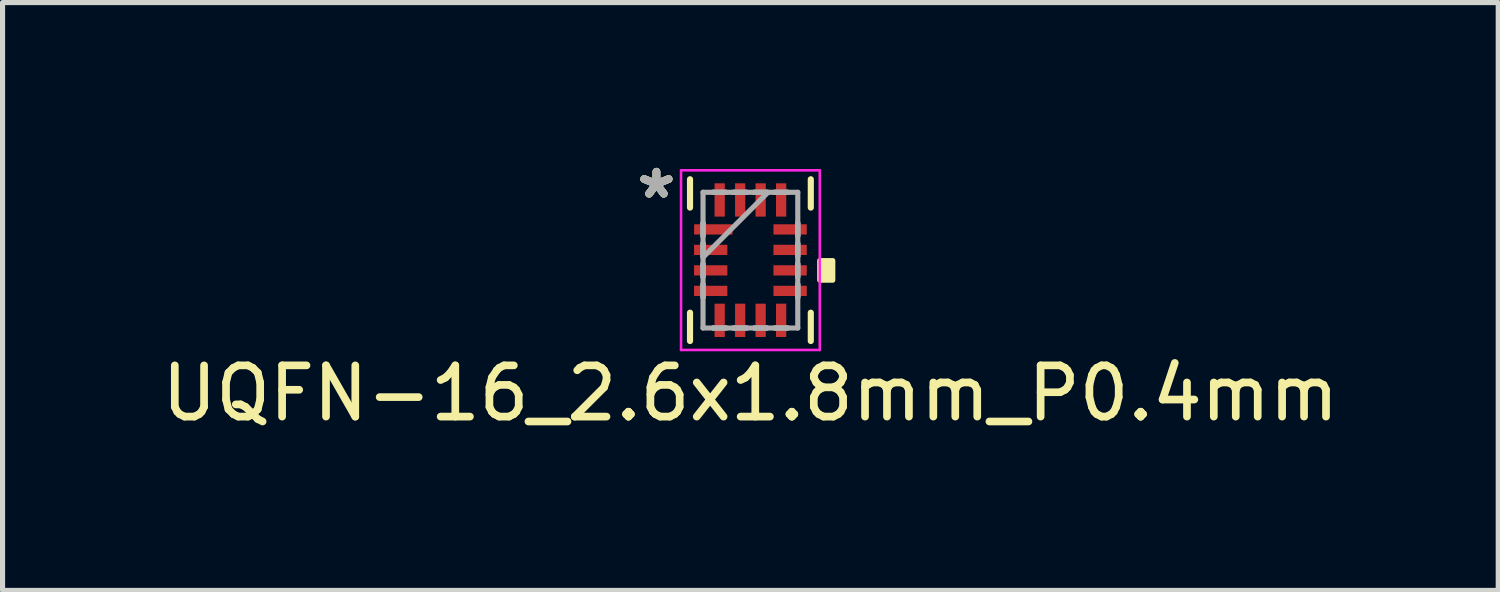
<source format=kicad_pcb>
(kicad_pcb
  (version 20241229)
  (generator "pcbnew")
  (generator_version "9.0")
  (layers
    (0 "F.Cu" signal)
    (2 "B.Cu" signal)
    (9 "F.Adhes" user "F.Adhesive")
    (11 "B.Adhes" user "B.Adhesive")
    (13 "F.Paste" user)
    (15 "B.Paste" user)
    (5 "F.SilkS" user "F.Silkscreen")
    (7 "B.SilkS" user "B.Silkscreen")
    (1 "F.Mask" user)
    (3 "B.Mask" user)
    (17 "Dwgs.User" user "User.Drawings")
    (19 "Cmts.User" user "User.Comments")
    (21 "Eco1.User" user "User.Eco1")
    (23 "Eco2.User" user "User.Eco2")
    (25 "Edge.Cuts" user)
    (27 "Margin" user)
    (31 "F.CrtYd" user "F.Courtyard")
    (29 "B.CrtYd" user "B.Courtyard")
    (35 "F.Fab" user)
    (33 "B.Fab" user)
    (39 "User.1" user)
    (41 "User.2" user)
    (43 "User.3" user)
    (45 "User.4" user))
  (footprint "UQFN-16_2.6x1.8mm_P0.4mm"
    (layer "F.Cu")
    (at 11.601 2.029)
    (property "Reference" "UQFN-16_2.6x1.8mm_P0.4mm" (at 0 2.6 0) (layer "F.SilkS") (effects (font (size 1 1) (thickness 0.15))))
    (attr smd)
    (fp_poly (pts (xy -1.15 -0.75) (xy -1.15 -0.45) (xy -0.4 -0.45) (xy -0.4 -0.75)) (stroke (width 0.1) (type solid)) (fill yes) (layer "F.Mask"))
    (fp_poly (pts (xy -1.15 -0.35) (xy -1.15 -0.05) (xy -0.4 -0.05) (xy -0.4 -0.35)) (stroke (width 0.1) (type solid)) (fill yes) (layer "F.Mask"))
    (fp_poly (pts (xy -1.15 0.05) (xy -1.15 0.35) (xy -0.4 0.35) (xy -0.4 0.05)) (stroke (width 0.1) (type solid)) (fill yes) (layer "F.Mask"))
    (fp_poly (pts (xy -1.15 0.45) (xy -1.15 0.75) (xy -0.4 0.75) (xy -0.4 0.45)) (stroke (width 0.1) (type solid)) (fill yes) (layer "F.Mask"))
    (fp_poly (pts (xy -0.75 -1.55) (xy -0.75 -0.8) (xy -0.45 -0.8) (xy -0.45 -1.55)) (stroke (width 0.1) (type solid)) (fill yes) (layer "F.Mask"))
    (fp_poly (pts (xy -0.75 0.8) (xy -0.75 1.55) (xy -0.45 1.55) (xy -0.45 0.8)) (stroke (width 0.1) (type solid)) (fill yes) (layer "F.Mask"))
    (fp_poly (pts (xy -0.35 -1.55) (xy -0.35 -0.8) (xy -0.05 -0.8) (xy -0.05 -1.55)) (stroke (width 0.1) (type solid)) (fill yes) (layer "F.Mask"))
    (fp_poly (pts (xy -0.35 0.8) (xy -0.35 1.55) (xy -0.05 1.55) (xy -0.05 0.8)) (stroke (width 0.1) (type solid)) (fill yes) (layer "F.Mask"))
    (fp_poly (pts (xy 0.05 -1.55) (xy 0.05 -0.8) (xy 0.35 -0.8) (xy 0.35 -1.55)) (stroke (width 0.1) (type solid)) (fill yes) (layer "F.Mask"))
    (fp_poly (pts (xy 0.05 0.8) (xy 0.05 1.55) (xy 0.35 1.55) (xy 0.35 0.8)) (stroke (width 0.1) (type solid)) (fill yes) (layer "F.Mask"))
    (fp_poly (pts (xy 0.4 -0.75) (xy 0.4 -0.45) (xy 1.15 -0.45) (xy 1.15 -0.75)) (stroke (width 0.1) (type solid)) (fill yes) (layer "F.Mask"))
    (fp_poly (pts (xy 0.4 -0.35) (xy 0.4 -0.05) (xy 1.15 -0.05) (xy 1.15 -0.35)) (stroke (width 0.1) (type solid)) (fill yes) (layer "F.Mask"))
    (fp_poly (pts (xy 0.4 0.05) (xy 0.4 0.35) (xy 1.15 0.35) (xy 1.15 0.05)) (stroke (width 0.1) (type solid)) (fill yes) (layer "F.Mask"))
    (fp_poly (pts (xy 0.4 0.45) (xy 0.4 0.75) (xy 1.15 0.75) (xy 1.15 0.45)) (stroke (width 0.1) (type solid)) (fill yes) (layer "F.Mask"))
    (fp_poly (pts (xy 0.45 -1.55) (xy 0.45 -0.8) (xy 0.75 -0.8) (xy 0.75 -1.55)) (stroke (width 0.1) (type solid)) (fill yes) (layer "F.Mask"))
    (fp_poly (pts (xy 0.45 0.8) (xy 0.45 1.55) (xy 0.75 1.55) (xy 0.75 0.8)) (stroke (width 0.1) (type solid)) (fill yes) (layer "F.Mask"))
    (fp_line (start -1.179 -1.579) (end -1.179 -1.026) (stroke (width 0.12) (type solid)) (layer "F.SilkS"))
    (fp_line (start -1.179 1.026) (end -1.179 1.579) (stroke (width 0.12) (type solid)) (layer "F.SilkS"))
    (fp_line (start 1.179 -1.026) (end 1.179 -1.579) (stroke (width 0.12) (type solid)) (layer "F.SilkS"))
    (fp_line (start 1.179 1.579) (end 1.179 1.026) (stroke (width 0.12) (type solid)) (layer "F.SilkS"))
    (fp_poly (pts (xy 1.608 0.009) (xy 1.608 0.391) (xy 1.354 0.391) (xy 1.354 0.009)) (stroke (width 0.1) (type solid)) (fill yes) (layer "F.SilkS"))
    (fp_poly (pts (xy -1.075 -0.675) (xy -1.075 -0.525) (xy -0.475 -0.525) (xy -0.475 -0.675)) (stroke (width 0.1) (type solid)) (fill yes) (layer "F.Paste"))
    (fp_poly (pts (xy -1.075 -0.275) (xy -1.075 -0.125) (xy -0.475 -0.125) (xy -0.475 -0.275)) (stroke (width 0.1) (type solid)) (fill yes) (layer "F.Paste"))
    (fp_poly (pts (xy -1.075 0.125) (xy -1.075 0.275) (xy -0.475 0.275) (xy -0.475 0.125)) (stroke (width 0.1) (type solid)) (fill yes) (layer "F.Paste"))
    (fp_poly (pts (xy -1.075 0.525) (xy -1.075 0.675) (xy -0.475 0.675) (xy -0.475 0.525)) (stroke (width 0.1) (type solid)) (fill yes) (layer "F.Paste"))
    (fp_poly (pts (xy -0.675 -1.475) (xy -0.675 -0.875) (xy -0.525 -0.875) (xy -0.525 -1.475)) (stroke (width 0.1) (type solid)) (fill yes) (layer "F.Paste"))
    (fp_poly (pts (xy -0.675 0.875) (xy -0.675 1.475) (xy -0.525 1.475) (xy -0.525 0.875)) (stroke (width 0.1) (type solid)) (fill yes) (layer "F.Paste"))
    (fp_poly (pts (xy -0.275 -1.475) (xy -0.275 -0.875) (xy -0.125 -0.875) (xy -0.125 -1.475)) (stroke (width 0.1) (type solid)) (fill yes) (layer "F.Paste"))
    (fp_poly (pts (xy -0.275 0.875) (xy -0.275 1.475) (xy -0.125 1.475) (xy -0.125 0.875)) (stroke (width 0.1) (type solid)) (fill yes) (layer "F.Paste"))
    (fp_poly (pts (xy 0.125 -1.475) (xy 0.125 -0.875) (xy 0.275 -0.875) (xy 0.275 -1.475)) (stroke (width 0.1) (type solid)) (fill yes) (layer "F.Paste"))
    (fp_poly (pts (xy 0.125 0.875) (xy 0.125 1.475) (xy 0.275 1.475) (xy 0.275 0.875)) (stroke (width 0.1) (type solid)) (fill yes) (layer "F.Paste"))
    (fp_poly (pts (xy 0.475 -0.675) (xy 0.475 -0.525) (xy 1.075 -0.525) (xy 1.075 -0.675)) (stroke (width 0.1) (type solid)) (fill yes) (layer "F.Paste"))
    (fp_poly (pts (xy 0.475 -0.275) (xy 0.475 -0.125) (xy 1.075 -0.125) (xy 1.075 -0.275)) (stroke (width 0.1) (type solid)) (fill yes) (layer "F.Paste"))
    (fp_poly (pts (xy 0.475 0.125) (xy 0.475 0.275) (xy 1.075 0.275) (xy 1.075 0.125)) (stroke (width 0.1) (type solid)) (fill yes) (layer "F.Paste"))
    (fp_poly (pts (xy 0.475 0.525) (xy 0.475 0.675) (xy 1.075 0.675) (xy 1.075 0.525)) (stroke (width 0.1) (type solid)) (fill yes) (layer "F.Paste"))
    (fp_poly (pts (xy 0.525 -1.475) (xy 0.525 -0.875) (xy 0.675 -0.875) (xy 0.675 -1.475)) (stroke (width 0.1) (type solid)) (fill yes) (layer "F.Paste"))
    (fp_poly (pts (xy 0.525 0.875) (xy 0.525 1.475) (xy 0.675 1.475) (xy 0.675 0.875)) (stroke (width 0.1) (type solid)) (fill yes) (layer "F.Paste"))
    (fp_line (start -1.354 -1.754) (end 1.354 -1.754) (stroke (width 0.05) (type solid)) (layer "F.CrtYd"))
    (fp_line (start -1.354 1.754) (end -1.354 -1.754) (stroke (width 0.05) (type solid)) (layer "F.CrtYd"))
    (fp_line (start 1.354 -1.754) (end 1.354 1.754) (stroke (width 0.05) (type solid)) (layer "F.CrtYd"))
    (fp_line (start 1.354 1.754) (end -1.354 1.754) (stroke (width 0.05) (type solid)) (layer "F.CrtYd"))
    (fp_line (start -0.925 -1.325) (end -0.925 1.325) (stroke (width 0.1) (type solid)) (layer "F.Fab"))
    (fp_line (start -0.925 -0.725) (end -0.925 -0.725) (stroke (width 0.1) (type solid)) (layer "F.Fab"))
    (fp_line (start -0.925 -0.725) (end -0.925 -0.475) (stroke (width 0.1) (type solid)) (layer "F.Fab"))
    (fp_line (start -0.925 -0.475) (end -0.925 -0.725) (stroke (width 0.1) (type solid)) (layer "F.Fab"))
    (fp_line (start -0.925 -0.475) (end -0.925 -0.475) (stroke (width 0.1) (type solid)) (layer "F.Fab"))
    (fp_line (start -0.925 -0.325) (end -0.925 -0.325) (stroke (width 0.1) (type solid)) (layer "F.Fab"))
    (fp_line (start -0.925 -0.325) (end -0.925 -0.075) (stroke (width 0.1) (type solid)) (layer "F.Fab"))
    (fp_line (start -0.925 -0.075) (end -0.925 -0.325) (stroke (width 0.1) (type solid)) (layer "F.Fab"))
    (fp_line (start -0.925 -0.075) (end -0.925 -0.075) (stroke (width 0.1) (type solid)) (layer "F.Fab"))
    (fp_line (start -0.925 -0.055) (end 0.345 -1.325) (stroke (width 0.1) (type solid)) (layer "F.Fab"))
    (fp_line (start -0.925 0.075) (end -0.925 0.075) (stroke (width 0.1) (type solid)) (layer "F.Fab"))
    (fp_line (start -0.925 0.075) (end -0.925 0.325) (stroke (width 0.1) (type solid)) (layer "F.Fab"))
    (fp_line (start -0.925 0.325) (end -0.925 0.075) (stroke (width 0.1) (type solid)) (layer "F.Fab"))
    (fp_line (start -0.925 0.325) (end -0.925 0.325) (stroke (width 0.1) (type solid)) (layer "F.Fab"))
    (fp_line (start -0.925 0.475) (end -0.925 0.475) (stroke (width 0.1) (type solid)) (layer "F.Fab"))
    (fp_line (start -0.925 0.475) (end -0.925 0.725) (stroke (width 0.1) (type solid)) (layer "F.Fab"))
    (fp_line (start -0.925 0.725) (end -0.925 0.475) (stroke (width 0.1) (type solid)) (layer "F.Fab"))
    (fp_line (start -0.925 0.725) (end -0.925 0.725) (stroke (width 0.1) (type solid)) (layer "F.Fab"))
    (fp_line (start -0.925 1.325) (end 0.925 1.325) (stroke (width 0.1) (type solid)) (layer "F.Fab"))
    (fp_line (start -0.725 -1.325) (end -0.725 -1.325) (stroke (width 0.1) (type solid)) (layer "F.Fab"))
    (fp_line (start -0.725 -1.325) (end -0.475 -1.325) (stroke (width 0.1) (type solid)) (layer "F.Fab"))
    (fp_line (start -0.725 1.325) (end -0.725 1.325) (stroke (width 0.1) (type solid)) (layer "F.Fab"))
    (fp_line (start -0.725 1.325) (end -0.475 1.325) (stroke (width 0.1) (type solid)) (layer "F.Fab"))
    (fp_line (start -0.475 -1.325) (end -0.725 -1.325) (stroke (width 0.1) (type solid)) (layer "F.Fab"))
    (fp_line (start -0.475 -1.325) (end -0.475 -1.325) (stroke (width 0.1) (type solid)) (layer "F.Fab"))
    (fp_line (start -0.475 1.325) (end -0.725 1.325) (stroke (width 0.1) (type solid)) (layer "F.Fab"))
    (fp_line (start -0.475 1.325) (end -0.475 1.325) (stroke (width 0.1) (type solid)) (layer "F.Fab"))
    (fp_line (start -0.325 -1.325) (end -0.325 -1.325) (stroke (width 0.1) (type solid)) (layer "F.Fab"))
    (fp_line (start -0.325 -1.325) (end -0.075 -1.325) (stroke (width 0.1) (type solid)) (layer "F.Fab"))
    (fp_line (start -0.325 1.325) (end -0.325 1.325) (stroke (width 0.1) (type solid)) (layer "F.Fab"))
    (fp_line (start -0.325 1.325) (end -0.075 1.325) (stroke (width 0.1) (type solid)) (layer "F.Fab"))
    (fp_line (start -0.075 -1.325) (end -0.325 -1.325) (stroke (width 0.1) (type solid)) (layer "F.Fab"))
    (fp_line (start -0.075 -1.325) (end -0.075 -1.325) (stroke (width 0.1) (type solid)) (layer "F.Fab"))
    (fp_line (start -0.075 1.325) (end -0.325 1.325) (stroke (width 0.1) (type solid)) (layer "F.Fab"))
    (fp_line (start -0.075 1.325) (end -0.075 1.325) (stroke (width 0.1) (type solid)) (layer "F.Fab"))
    (fp_line (start 0.075 -1.325) (end 0.075 -1.325) (stroke (width 0.1) (type solid)) (layer "F.Fab"))
    (fp_line (start 0.075 -1.325) (end 0.325 -1.325) (stroke (width 0.1) (type solid)) (layer "F.Fab"))
    (fp_line (start 0.075 1.325) (end 0.075 1.325) (stroke (width 0.1) (type solid)) (layer "F.Fab"))
    (fp_line (start 0.075 1.325) (end 0.325 1.325) (stroke (width 0.1) (type solid)) (layer "F.Fab"))
    (fp_line (start 0.325 -1.325) (end 0.075 -1.325) (stroke (width 0.1) (type solid)) (layer "F.Fab"))
    (fp_line (start 0.325 -1.325) (end 0.325 -1.325) (stroke (width 0.1) (type solid)) (layer "F.Fab"))
    (fp_line (start 0.325 1.325) (end 0.075 1.325) (stroke (width 0.1) (type solid)) (layer "F.Fab"))
    (fp_line (start 0.325 1.325) (end 0.325 1.325) (stroke (width 0.1) (type solid)) (layer "F.Fab"))
    (fp_line (start 0.475 -1.325) (end 0.475 -1.325) (stroke (width 0.1) (type solid)) (layer "F.Fab"))
    (fp_line (start 0.475 -1.325) (end 0.725 -1.325) (stroke (width 0.1) (type solid)) (layer "F.Fab"))
    (fp_line (start 0.475 1.325) (end 0.475 1.325) (stroke (width 0.1) (type solid)) (layer "F.Fab"))
    (fp_line (start 0.475 1.325) (end 0.725 1.325) (stroke (width 0.1) (type solid)) (layer "F.Fab"))
    (fp_line (start 0.725 -1.325) (end 0.475 -1.325) (stroke (width 0.1) (type solid)) (layer "F.Fab"))
    (fp_line (start 0.725 -1.325) (end 0.725 -1.325) (stroke (width 0.1) (type solid)) (layer "F.Fab"))
    (fp_line (start 0.725 1.325) (end 0.475 1.325) (stroke (width 0.1) (type solid)) (layer "F.Fab"))
    (fp_line (start 0.725 1.325) (end 0.725 1.325) (stroke (width 0.1) (type solid)) (layer "F.Fab"))
    (fp_line (start 0.925 -1.325) (end -0.925 -1.325) (stroke (width 0.1) (type solid)) (layer "F.Fab"))
    (fp_line (start 0.925 -0.725) (end 0.925 -0.725) (stroke (width 0.1) (type solid)) (layer "F.Fab"))
    (fp_line (start 0.925 -0.725) (end 0.925 -0.475) (stroke (width 0.1) (type solid)) (layer "F.Fab"))
    (fp_line (start 0.925 -0.475) (end 0.925 -0.725) (stroke (width 0.1) (type solid)) (layer "F.Fab"))
    (fp_line (start 0.925 -0.475) (end 0.925 -0.475) (stroke (width 0.1) (type solid)) (layer "F.Fab"))
    (fp_line (start 0.925 -0.325) (end 0.925 -0.325) (stroke (width 0.1) (type solid)) (layer "F.Fab"))
    (fp_line (start 0.925 -0.325) (end 0.925 -0.075) (stroke (width 0.1) (type solid)) (layer "F.Fab"))
    (fp_line (start 0.925 -0.075) (end 0.925 -0.325) (stroke (width 0.1) (type solid)) (layer "F.Fab"))
    (fp_line (start 0.925 -0.075) (end 0.925 -0.075) (stroke (width 0.1) (type solid)) (layer "F.Fab"))
    (fp_line (start 0.925 0.075) (end 0.925 0.075) (stroke (width 0.1) (type solid)) (layer "F.Fab"))
    (fp_line (start 0.925 0.075) (end 0.925 0.325) (stroke (width 0.1) (type solid)) (layer "F.Fab"))
    (fp_line (start 0.925 0.325) (end 0.925 0.075) (stroke (width 0.1) (type solid)) (layer "F.Fab"))
    (fp_line (start 0.925 0.325) (end 0.925 0.325) (stroke (width 0.1) (type solid)) (layer "F.Fab"))
    (fp_line (start 0.925 0.475) (end 0.925 0.475) (stroke (width 0.1) (type solid)) (layer "F.Fab"))
    (fp_line (start 0.925 0.475) (end 0.925 0.725) (stroke (width 0.1) (type solid)) (layer "F.Fab"))
    (fp_line (start 0.925 0.725) (end 0.925 0.475) (stroke (width 0.1) (type solid)) (layer "F.Fab"))
    (fp_line (start 0.925 0.725) (end 0.925 0.725) (stroke (width 0.1) (type solid)) (layer "F.Fab"))
    (fp_line (start 0.925 1.325) (end 0.925 -1.325) (stroke (width 0.1) (type solid)) (layer "F.Fab"))
    (fp_text user "*" (at -1.835 -1.181 0) (layer "F.SilkS") (effects (font (size 1 1) (thickness 0.15))))
    (fp_text user "*" (at -1.835 -1.181 0) (layer "F.SilkS") (effects (font (size 1 1) (thickness 0.15))))
    (fp_text user "*" (at -1.835 -1.181 0) (layer "F.Fab") (effects (font (size 1 1) (thickness 0.15))))
    (fp_text user "*" (at -1.835 -1.181 0) (layer "F.Fab") (effects (font (size 1 1) (thickness 0.15))))
    (pad "1" smd rect (at -0.724 -0.6 90) (size 0.2 0.75) (layers "F.Cu" "F.Mask" "F.Paste"))
    (pad "2" smd rect (at -0.775 -0.2 90) (size 0.2 0.65) (layers "F.Cu" "F.Mask"))
    (pad "3" smd rect (at -0.775 0.2 90) (size 0.2 0.65) (layers "F.Cu" "F.Mask"))
    (pad "4" smd rect (at -0.775 0.6 90) (size 0.2 0.65) (layers "F.Cu" "F.Mask"))
    (pad "5" smd rect (at -0.6 1.175) (size 0.2 0.65) (layers "F.Cu" "F.Mask"))
    (pad "6" smd rect (at -0.2 1.175) (size 0.2 0.65) (layers "F.Cu" "F.Mask"))
    (pad "7" smd rect (at 0.2 1.175) (size 0.2 0.65) (layers "F.Cu" "F.Mask"))
    (pad "8" smd rect (at 0.6 1.175) (size 0.2 0.65) (layers "F.Cu" "F.Mask"))
    (pad "9" smd rect (at 0.775 0.6 90) (size 0.2 0.65) (layers "F.Cu" "F.Mask"))
    (pad "10" smd rect (at 0.775 0.2 90) (size 0.2 0.65) (layers "F.Cu" "F.Mask"))
    (pad "11" smd rect (at 0.775 -0.2 90) (size 0.2 0.65) (layers "F.Cu" "F.Mask"))
    (pad "12" smd rect (at 0.775 -0.6 90) (size 0.2 0.65) (layers "F.Cu" "F.Mask"))
    (pad "13" smd rect (at 0.6 -1.175) (size 0.2 0.65) (layers "F.Cu" "F.Mask"))
    (pad "14" smd rect (at 0.2 -1.175) (size 0.2 0.65) (layers "F.Cu" "F.Mask"))
    (pad "15" smd rect (at -0.2 -1.175) (size 0.2 0.65) (layers "F.Cu" "F.Mask"))
    (pad "16" smd rect (at -0.6 -1.175) (size 0.2 0.65) (layers "F.Cu" "F.Mask")))
  (gr_rect
    (start -3 -3)
    (end 26.202 8.477)
    (stroke (width 0.1) (type default))
    (fill no)
    (layer "Edge.Cuts")))
</source>
